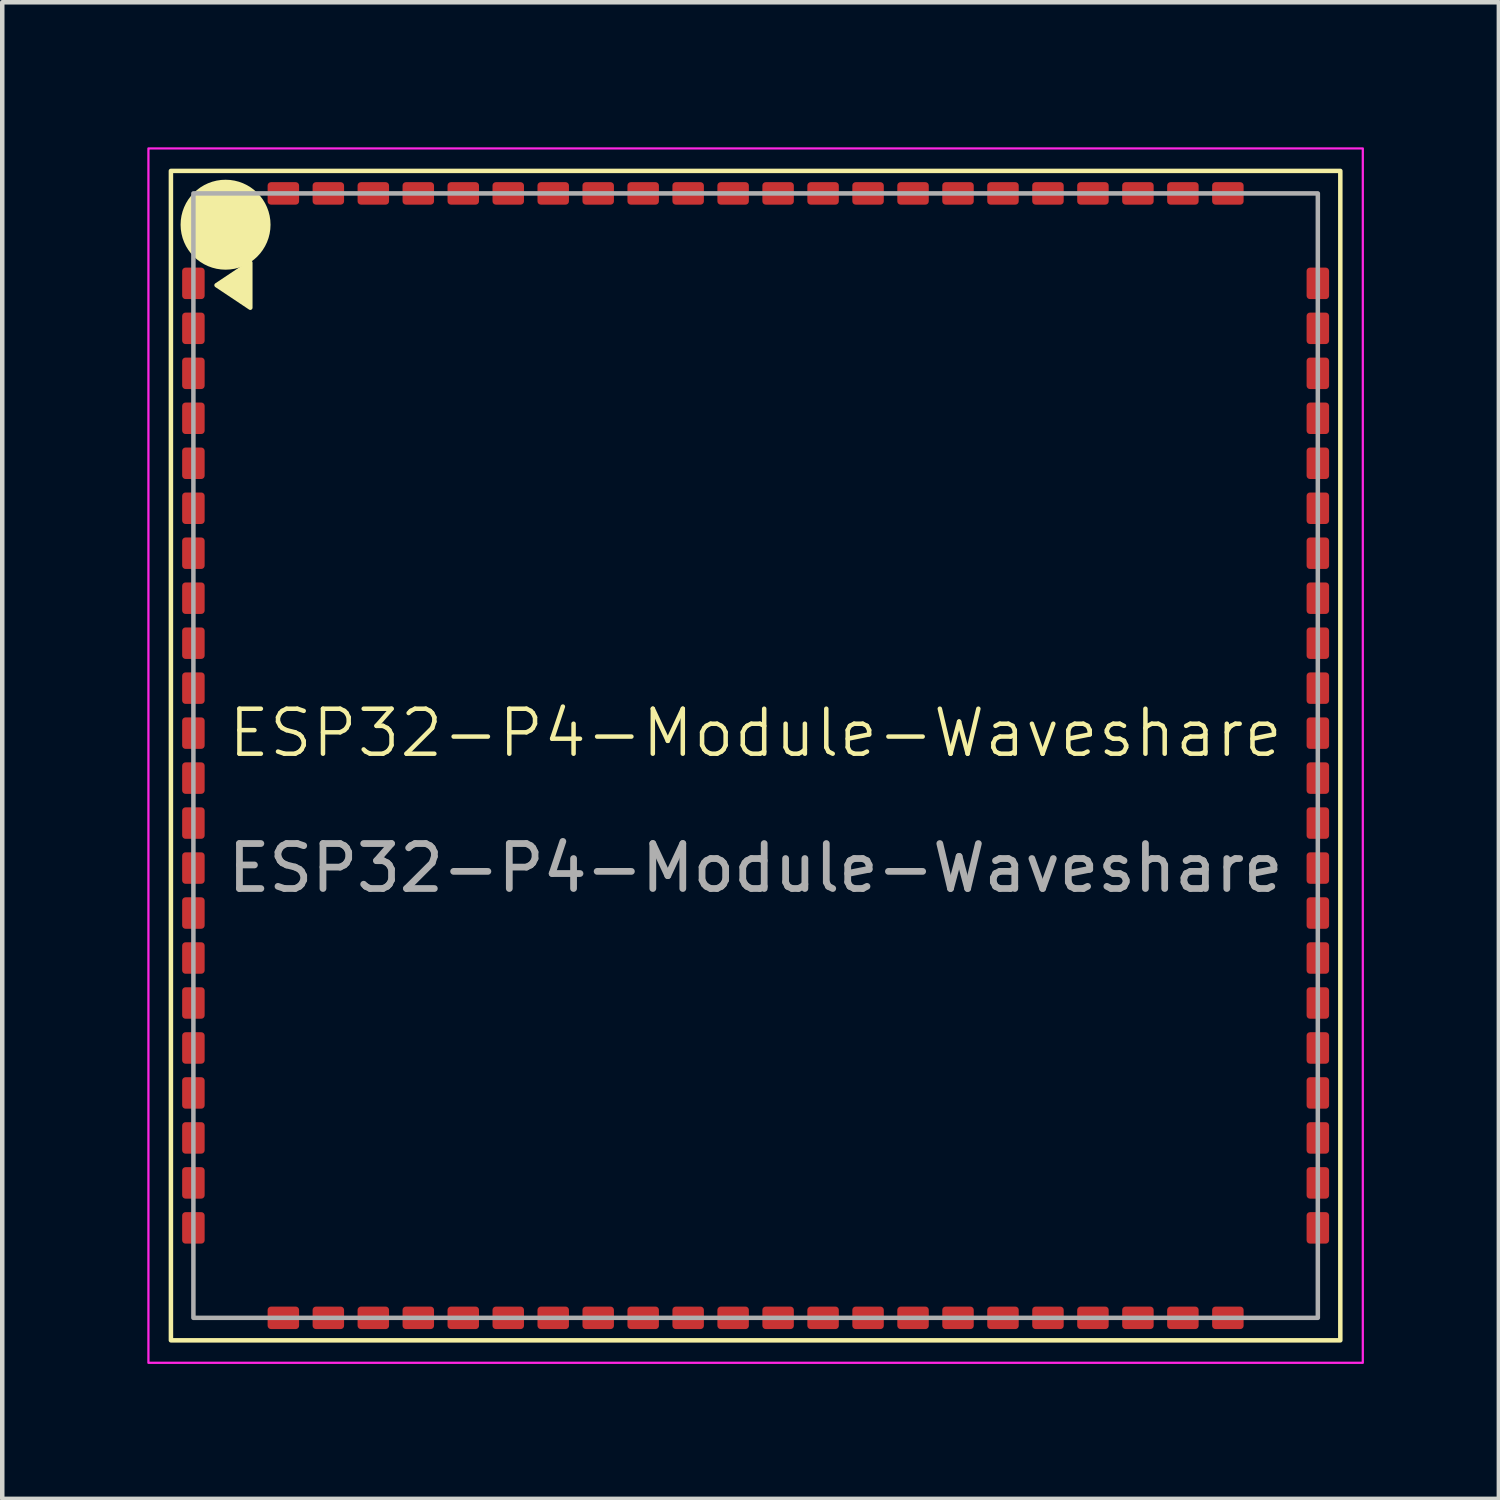
<source format=kicad_pcb>
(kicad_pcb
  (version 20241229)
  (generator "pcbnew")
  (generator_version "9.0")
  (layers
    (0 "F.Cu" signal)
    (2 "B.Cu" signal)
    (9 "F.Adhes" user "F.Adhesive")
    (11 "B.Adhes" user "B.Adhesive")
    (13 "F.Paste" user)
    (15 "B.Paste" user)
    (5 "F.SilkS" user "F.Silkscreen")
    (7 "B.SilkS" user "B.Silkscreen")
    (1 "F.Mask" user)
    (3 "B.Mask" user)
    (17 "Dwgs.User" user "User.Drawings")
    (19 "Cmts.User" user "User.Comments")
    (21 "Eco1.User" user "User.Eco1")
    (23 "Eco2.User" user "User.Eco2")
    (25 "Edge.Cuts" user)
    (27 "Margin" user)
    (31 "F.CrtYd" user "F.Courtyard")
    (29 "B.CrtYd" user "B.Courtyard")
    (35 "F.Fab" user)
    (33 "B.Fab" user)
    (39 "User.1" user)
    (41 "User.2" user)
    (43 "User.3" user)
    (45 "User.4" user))
  (footprint "ESP32-P4-Module-Waveshare"
    (layer "F.Cu")
    (at 0.25 0.25)
    (property "Reference" "ESP32-P4-Module-Waveshare" (at 13.5 13 0) (unlocked yes) (layer "F.SilkS") (effects (font (size 1 1) (thickness 0.1))))
    (attr through_hole)
    (fp_rect (start 0.5 0.5) (end 26.5 26.5) (stroke (width 0.1) (type solid)) (fill no) (layer "F.SilkS"))
    (fp_circle (center 1.715 1.696) (end 1.715 1.696) (stroke (width 1) (type solid)) (fill no) (layer "F.SilkS"))
    (fp_poly (pts (xy 2.265 2.541) (xy 1.515 3.041) (xy 2.265 3.541)) (stroke (width 0.1) (type solid)) (fill yes) (layer "F.SilkS"))
    (fp_rect (start 0 0) (end 27 27) (stroke (width 0.05) (type solid)) (fill no) (layer "F.CrtYd"))
    (fp_rect (start 1 1) (end 26 26) (stroke (width 0.1) (type solid)) (fill no) (layer "F.Fab"))
    (fp_text user "${REFERENCE}" (at 13.5 16 0) (unlocked yes) (layer "F.Fab") (effects (font (size 1 1) (thickness 0.15))))
    (pad "1" smd roundrect (at 1 3) (size 0.5 0.7) (layers "F.Cu" "F.Mask" "F.Paste") (roundrect_rratio 0.15))
    (pad "2" smd roundrect (at 1 4 180) (size 0.5 0.7) (layers "F.Cu" "F.Mask" "F.Paste") (roundrect_rratio 0.15))
    (pad "3" smd roundrect (at 1 5 180) (size 0.5 0.7) (layers "F.Cu" "F.Mask" "F.Paste") (roundrect_rratio 0.15))
    (pad "4" smd roundrect (at 1 6 180) (size 0.5 0.7) (layers "F.Cu" "F.Mask" "F.Paste") (roundrect_rratio 0.15))
    (pad "5" smd roundrect (at 1 7 180) (size 0.5 0.7) (layers "F.Cu" "F.Mask" "F.Paste") (roundrect_rratio 0.15))
    (pad "6" smd roundrect (at 1 8 180) (size 0.5 0.7) (layers "F.Cu" "F.Mask" "F.Paste") (roundrect_rratio 0.15))
    (pad "7" smd roundrect (at 1 9 180) (size 0.5 0.7) (layers "F.Cu" "F.Mask" "F.Paste") (roundrect_rratio 0.15))
    (pad "8" smd roundrect (at 1 10 180) (size 0.5 0.7) (layers "F.Cu" "F.Mask" "F.Paste") (roundrect_rratio 0.15))
    (pad "9" smd roundrect (at 1 11 180) (size 0.5 0.7) (layers "F.Cu" "F.Mask" "F.Paste") (roundrect_rratio 0.15))
    (pad "10" smd roundrect (at 1 12 180) (size 0.5 0.7) (layers "F.Cu" "F.Mask" "F.Paste") (roundrect_rratio 0.15))
    (pad "11" smd roundrect (at 1 13 180) (size 0.5 0.7) (layers "F.Cu" "F.Mask" "F.Paste") (roundrect_rratio 0.15))
    (pad "12" smd roundrect (at 1 14 180) (size 0.5 0.7) (layers "F.Cu" "F.Mask" "F.Paste") (roundrect_rratio 0.15))
    (pad "13" smd roundrect (at 1 15 180) (size 0.5 0.7) (layers "F.Cu" "F.Mask" "F.Paste") (roundrect_rratio 0.15))
    (pad "14" smd roundrect (at 1 16 180) (size 0.5 0.7) (layers "F.Cu" "F.Mask" "F.Paste") (roundrect_rratio 0.15))
    (pad "15" smd roundrect (at 1 17 180) (size 0.5 0.7) (layers "F.Cu" "F.Mask" "F.Paste") (roundrect_rratio 0.15))
    (pad "16" smd roundrect (at 1 18 180) (size 0.5 0.7) (layers "F.Cu" "F.Mask" "F.Paste") (roundrect_rratio 0.15))
    (pad "17" smd roundrect (at 1 19 180) (size 0.5 0.7) (layers "F.Cu" "F.Mask" "F.Paste") (roundrect_rratio 0.15))
    (pad "18" smd roundrect (at 1 20 180) (size 0.5 0.7) (layers "F.Cu" "F.Mask" "F.Paste") (roundrect_rratio 0.15))
    (pad "19" smd roundrect (at 1 21 180) (size 0.5 0.7) (layers "F.Cu" "F.Mask" "F.Paste") (roundrect_rratio 0.15))
    (pad "20" smd roundrect (at 1 22 180) (size 0.5 0.7) (layers "F.Cu" "F.Mask" "F.Paste") (roundrect_rratio 0.15))
    (pad "21" smd roundrect (at 1 23 180) (size 0.5 0.7) (layers "F.Cu" "F.Mask" "F.Paste") (roundrect_rratio 0.15))
    (pad "22" smd roundrect (at 1 24 180) (size 0.5 0.7) (layers "F.Cu" "F.Mask" "F.Paste") (roundrect_rratio 0.15))
    (pad "23" smd roundrect (at 3 26 90) (size 0.5 0.7) (layers "F.Cu" "F.Mask" "F.Paste") (roundrect_rratio 0.15))
    (pad "24" smd roundrect (at 4 26 270) (size 0.5 0.7) (layers "F.Cu" "F.Mask" "F.Paste") (roundrect_rratio 0.15))
    (pad "25" smd roundrect (at 5 26 270) (size 0.5 0.7) (layers "F.Cu" "F.Mask" "F.Paste") (roundrect_rratio 0.15))
    (pad "26" smd roundrect (at 6 26 270) (size 0.5 0.7) (layers "F.Cu" "F.Mask" "F.Paste") (roundrect_rratio 0.15))
    (pad "27" smd roundrect (at 7 26 270) (size 0.5 0.7) (layers "F.Cu" "F.Mask" "F.Paste") (roundrect_rratio 0.15))
    (pad "28" smd roundrect (at 8 26 270) (size 0.5 0.7) (layers "F.Cu" "F.Mask" "F.Paste") (roundrect_rratio 0.15))
    (pad "29" smd roundrect (at 9 26 270) (size 0.5 0.7) (layers "F.Cu" "F.Mask" "F.Paste") (roundrect_rratio 0.15))
    (pad "30" smd roundrect (at 10 26 270) (size 0.5 0.7) (layers "F.Cu" "F.Mask" "F.Paste") (roundrect_rratio 0.15))
    (pad "31" smd roundrect (at 11 26 270) (size 0.5 0.7) (layers "F.Cu" "F.Mask" "F.Paste") (roundrect_rratio 0.15))
    (pad "32" smd roundrect (at 12 26 270) (size 0.5 0.7) (layers "F.Cu" "F.Mask" "F.Paste") (roundrect_rratio 0.15))
    (pad "33" smd roundrect (at 13 26 270) (size 0.5 0.7) (layers "F.Cu" "F.Mask" "F.Paste") (roundrect_rratio 0.15))
    (pad "34" smd roundrect (at 14 26 270) (size 0.5 0.7) (layers "F.Cu" "F.Mask" "F.Paste") (roundrect_rratio 0.15))
    (pad "35" smd roundrect (at 15 26 270) (size 0.5 0.7) (layers "F.Cu" "F.Mask" "F.Paste") (roundrect_rratio 0.15))
    (pad "36" smd roundrect (at 16 26 270) (size 0.5 0.7) (layers "F.Cu" "F.Mask" "F.Paste") (roundrect_rratio 0.15))
    (pad "37" smd roundrect (at 17 26 270) (size 0.5 0.7) (layers "F.Cu" "F.Mask" "F.Paste") (roundrect_rratio 0.15))
    (pad "38" smd roundrect (at 18 26 270) (size 0.5 0.7) (layers "F.Cu" "F.Mask" "F.Paste") (roundrect_rratio 0.15))
    (pad "39" smd roundrect (at 19 26 270) (size 0.5 0.7) (layers "F.Cu" "F.Mask" "F.Paste") (roundrect_rratio 0.15))
    (pad "40" smd roundrect (at 20 26 270) (size 0.5 0.7) (layers "F.Cu" "F.Mask" "F.Paste") (roundrect_rratio 0.15))
    (pad "41" smd roundrect (at 21 26 270) (size 0.5 0.7) (layers "F.Cu" "F.Mask" "F.Paste") (roundrect_rratio 0.15))
    (pad "42" smd roundrect (at 22 26 270) (size 0.5 0.7) (layers "F.Cu" "F.Mask" "F.Paste") (roundrect_rratio 0.15))
    (pad "43" smd roundrect (at 23 26 270) (size 0.5 0.7) (layers "F.Cu" "F.Mask" "F.Paste") (roundrect_rratio 0.15))
    (pad "44" smd roundrect (at 24 26 270) (size 0.5 0.7) (layers "F.Cu" "F.Mask" "F.Paste") (roundrect_rratio 0.15))
    (pad "45" smd roundrect (at 26 24) (size 0.5 0.7) (layers "F.Cu" "F.Mask" "F.Paste") (roundrect_rratio 0.15))
    (pad "46" smd roundrect (at 26 23) (size 0.5 0.7) (layers "F.Cu" "F.Mask" "F.Paste") (roundrect_rratio 0.15))
    (pad "47" smd roundrect (at 26 22) (size 0.5 0.7) (layers "F.Cu" "F.Mask" "F.Paste") (roundrect_rratio 0.15))
    (pad "48" smd roundrect (at 26 21) (size 0.5 0.7) (layers "F.Cu" "F.Mask" "F.Paste") (roundrect_rratio 0.15))
    (pad "49" smd roundrect (at 26 20) (size 0.5 0.7) (layers "F.Cu" "F.Mask" "F.Paste") (roundrect_rratio 0.15))
    (pad "50" smd roundrect (at 26 19) (size 0.5 0.7) (layers "F.Cu" "F.Mask" "F.Paste") (roundrect_rratio 0.15))
    (pad "51" smd roundrect (at 26 18) (size 0.5 0.7) (layers "F.Cu" "F.Mask" "F.Paste") (roundrect_rratio 0.15))
    (pad "52" smd roundrect (at 26 17) (size 0.5 0.7) (layers "F.Cu" "F.Mask" "F.Paste") (roundrect_rratio 0.15))
    (pad "53" smd roundrect (at 26 16) (size 0.5 0.7) (layers "F.Cu" "F.Mask" "F.Paste") (roundrect_rratio 0.15))
    (pad "54" smd roundrect (at 26 15) (size 0.5 0.7) (layers "F.Cu" "F.Mask" "F.Paste") (roundrect_rratio 0.15))
    (pad "55" smd roundrect (at 26 14) (size 0.5 0.7) (layers "F.Cu" "F.Mask" "F.Paste") (roundrect_rratio 0.15))
    (pad "56" smd roundrect (at 26 13) (size 0.5 0.7) (layers "F.Cu" "F.Mask" "F.Paste") (roundrect_rratio 0.15))
    (pad "57" smd roundrect (at 26 12) (size 0.5 0.7) (layers "F.Cu" "F.Mask" "F.Paste") (roundrect_rratio 0.15))
    (pad "58" smd roundrect (at 26 11) (size 0.5 0.7) (layers "F.Cu" "F.Mask" "F.Paste") (roundrect_rratio 0.15))
    (pad "59" smd roundrect (at 26 10) (size 0.5 0.7) (layers "F.Cu" "F.Mask" "F.Paste") (roundrect_rratio 0.15))
    (pad "60" smd roundrect (at 26 9) (size 0.5 0.7) (layers "F.Cu" "F.Mask" "F.Paste") (roundrect_rratio 0.15))
    (pad "61" smd roundrect (at 26 8) (size 0.5 0.7) (layers "F.Cu" "F.Mask" "F.Paste") (roundrect_rratio 0.15))
    (pad "62" smd roundrect (at 26 7) (size 0.5 0.7) (layers "F.Cu" "F.Mask" "F.Paste") (roundrect_rratio 0.15))
    (pad "63" smd roundrect (at 26 6) (size 0.5 0.7) (layers "F.Cu" "F.Mask" "F.Paste") (roundrect_rratio 0.15))
    (pad "64" smd roundrect (at 26 5) (size 0.5 0.7) (layers "F.Cu" "F.Mask" "F.Paste") (roundrect_rratio 0.15))
    (pad "65" smd roundrect (at 26 4) (size 0.5 0.7) (layers "F.Cu" "F.Mask" "F.Paste") (roundrect_rratio 0.15))
    (pad "66" smd roundrect (at 26 3) (size 0.5 0.7) (layers "F.Cu" "F.Mask" "F.Paste") (roundrect_rratio 0.15))
    (pad "67" smd roundrect (at 24 1 270) (size 0.5 0.7) (layers "F.Cu" "F.Mask" "F.Paste") (roundrect_rratio 0.15))
    (pad "68" smd roundrect (at 23 1 270) (size 0.5 0.7) (layers "F.Cu" "F.Mask" "F.Paste") (roundrect_rratio 0.15))
    (pad "69" smd roundrect (at 22 1 270) (size 0.5 0.7) (layers "F.Cu" "F.Mask" "F.Paste") (roundrect_rratio 0.15))
    (pad "70" smd roundrect (at 21 1 270) (size 0.5 0.7) (layers "F.Cu" "F.Mask" "F.Paste") (roundrect_rratio 0.15))
    (pad "71" smd roundrect (at 20 1 270) (size 0.5 0.7) (layers "F.Cu" "F.Mask" "F.Paste") (roundrect_rratio 0.15))
    (pad "72" smd roundrect (at 19 1 270) (size 0.5 0.7) (layers "F.Cu" "F.Mask" "F.Paste") (roundrect_rratio 0.15))
    (pad "73" smd roundrect (at 18 1 270) (size 0.5 0.7) (layers "F.Cu" "F.Mask" "F.Paste") (roundrect_rratio 0.15))
    (pad "74" smd roundrect (at 17 1 270) (size 0.5 0.7) (layers "F.Cu" "F.Mask" "F.Paste") (roundrect_rratio 0.15))
    (pad "75" smd roundrect (at 16 1 270) (size 0.5 0.7) (layers "F.Cu" "F.Mask" "F.Paste") (roundrect_rratio 0.15))
    (pad "76" smd roundrect (at 15 1 270) (size 0.5 0.7) (layers "F.Cu" "F.Mask" "F.Paste") (roundrect_rratio 0.15))
    (pad "77" smd roundrect (at 14 1 270) (size 0.5 0.7) (layers "F.Cu" "F.Mask" "F.Paste") (roundrect_rratio 0.15))
    (pad "78" smd roundrect (at 13 1 270) (size 0.5 0.7) (layers "F.Cu" "F.Mask" "F.Paste") (roundrect_rratio 0.15))
    (pad "79" smd roundrect (at 12 1 270) (size 0.5 0.7) (layers "F.Cu" "F.Mask" "F.Paste") (roundrect_rratio 0.15))
    (pad "80" smd roundrect (at 11 1 270) (size 0.5 0.7) (layers "F.Cu" "F.Mask" "F.Paste") (roundrect_rratio 0.15))
    (pad "81" smd roundrect (at 10 1 270) (size 0.5 0.7) (layers "F.Cu" "F.Mask" "F.Paste") (roundrect_rratio 0.15))
    (pad "82" smd roundrect (at 9 1 270) (size 0.5 0.7) (layers "F.Cu" "F.Mask" "F.Paste") (roundrect_rratio 0.15))
    (pad "83" smd roundrect (at 8 1 270) (size 0.5 0.7) (layers "F.Cu" "F.Mask" "F.Paste") (roundrect_rratio 0.15))
    (pad "84" smd roundrect (at 7 1 270) (size 0.5 0.7) (layers "F.Cu" "F.Mask" "F.Paste") (roundrect_rratio 0.15))
    (pad "85" smd roundrect (at 6 1 270) (size 0.5 0.7) (layers "F.Cu" "F.Mask" "F.Paste") (roundrect_rratio 0.15))
    (pad "86" smd roundrect (at 5 1 270) (size 0.5 0.7) (layers "F.Cu" "F.Mask" "F.Paste") (roundrect_rratio 0.15))
    (pad "87" smd roundrect (at 4 1 270) (size 0.5 0.7) (layers "F.Cu" "F.Mask" "F.Paste") (roundrect_rratio 0.15))
    (pad "88" smd roundrect (at 3 1 90) (size 0.5 0.7) (layers "F.Cu" "F.Mask" "F.Paste") (roundrect_rratio 0.15)))
  (gr_rect
    (start -3 -3)
    (end 30.275 30.275)
    (stroke (width 0.1) (type default))
    (fill no)
    (layer "Edge.Cuts")))
</source>
